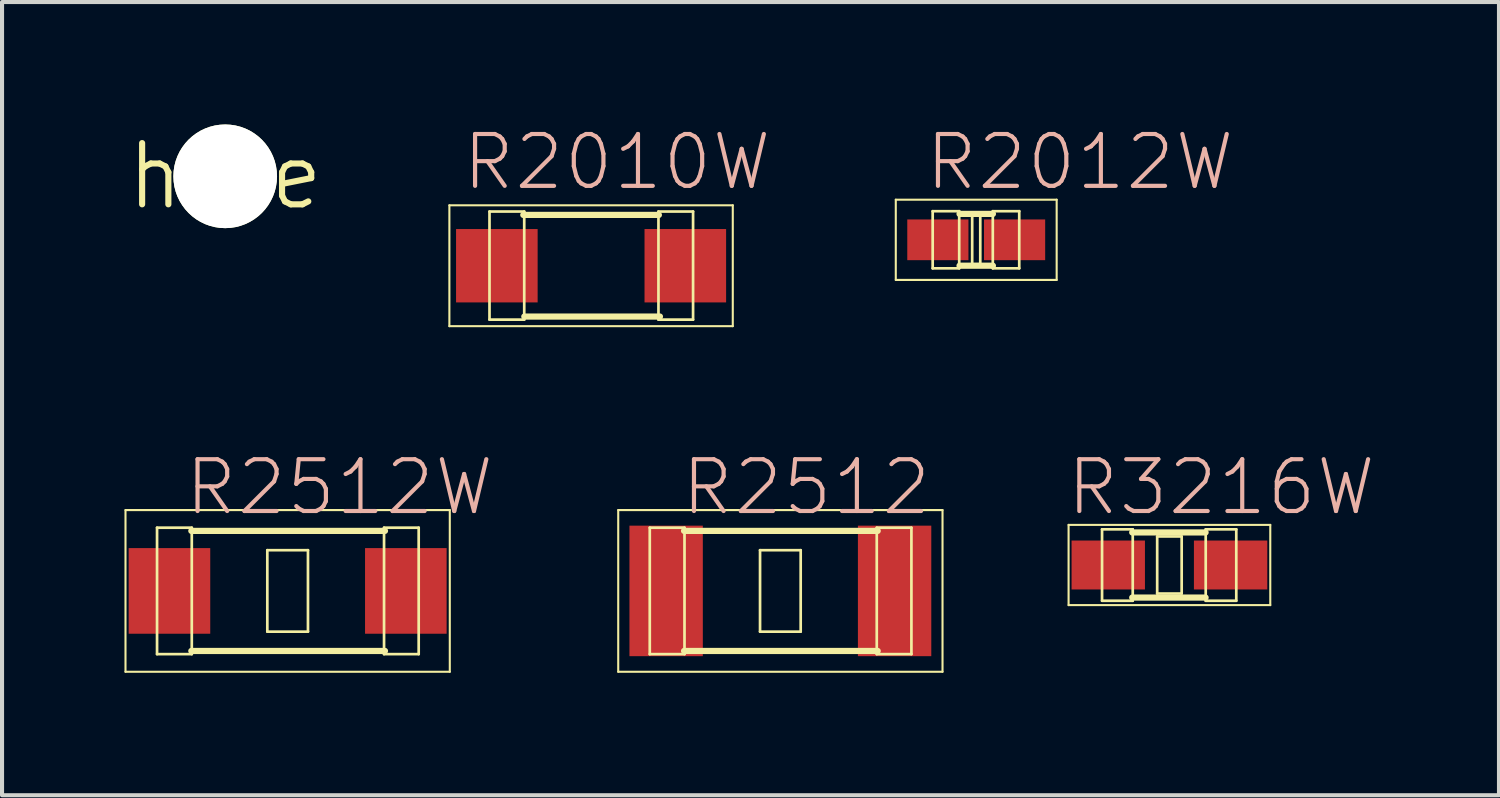
<source format=kicad_pcb>
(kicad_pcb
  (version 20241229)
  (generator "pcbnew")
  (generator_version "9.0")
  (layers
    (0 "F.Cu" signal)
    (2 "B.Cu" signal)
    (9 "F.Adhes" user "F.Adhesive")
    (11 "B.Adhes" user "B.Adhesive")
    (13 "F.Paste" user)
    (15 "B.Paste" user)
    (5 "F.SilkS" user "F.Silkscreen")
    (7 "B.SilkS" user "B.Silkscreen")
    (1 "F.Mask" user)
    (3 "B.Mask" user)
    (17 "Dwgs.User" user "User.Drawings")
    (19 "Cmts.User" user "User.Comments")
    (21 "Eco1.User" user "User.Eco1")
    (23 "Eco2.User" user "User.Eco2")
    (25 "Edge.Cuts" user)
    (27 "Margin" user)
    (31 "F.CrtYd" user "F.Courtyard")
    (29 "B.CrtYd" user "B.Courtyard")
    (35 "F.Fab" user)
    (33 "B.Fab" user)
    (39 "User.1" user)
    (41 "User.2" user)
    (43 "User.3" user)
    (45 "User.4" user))
  (footprint "R2012W"
    (layer "F.Cu")
    (at 20.87 2.826)
    (property "Reference" "R2012W" (at 2.54 -1.905 0) (layer "B.SilkS") (effects (font (size 1.27 1.27) (thickness 0.102))))
    (attr smd)
    (fp_line (start -1.971 -0.983) (end 1.971 -0.983) (stroke (width 0.051) (type solid)) (layer "F.SilkS"))
    (fp_line (start -1.971 0.983) (end -1.971 -0.983) (stroke (width 0.051) (type solid)) (layer "F.SilkS"))
    (fp_line (start -1.067 -0.701) (end -0.417 -0.701) (stroke (width 0.066) (type solid)) (layer "F.SilkS"))
    (fp_line (start -1.067 0.699) (end -1.067 -0.701) (stroke (width 0.066) (type solid)) (layer "F.SilkS"))
    (fp_line (start -1.067 0.699) (end -0.417 0.699) (stroke (width 0.066) (type solid)) (layer "F.SilkS"))
    (fp_line (start -0.417 0.699) (end -0.417 -0.701) (stroke (width 0.066) (type solid)) (layer "F.SilkS"))
    (fp_line (start -0.409 -0.635) (end 0.409 -0.635) (stroke (width 0.152) (type solid)) (layer "F.SilkS"))
    (fp_line (start -0.409 0.635) (end 0.409 0.635) (stroke (width 0.152) (type solid)) (layer "F.SilkS"))
    (fp_line (start -0.099 -0.599) (end 0.099 -0.599) (stroke (width 0.066) (type solid)) (layer "F.SilkS"))
    (fp_line (start -0.099 0.599) (end -0.099 -0.599) (stroke (width 0.066) (type solid)) (layer "F.SilkS"))
    (fp_line (start -0.099 0.599) (end 0.099 0.599) (stroke (width 0.066) (type solid)) (layer "F.SilkS"))
    (fp_line (start 0.099 0.599) (end 0.099 -0.599) (stroke (width 0.066) (type solid)) (layer "F.SilkS"))
    (fp_line (start 0.406 -0.701) (end 1.054 -0.701) (stroke (width 0.066) (type solid)) (layer "F.SilkS"))
    (fp_line (start 0.406 0.699) (end 0.406 -0.701) (stroke (width 0.066) (type solid)) (layer "F.SilkS"))
    (fp_line (start 0.406 0.699) (end 1.054 0.699) (stroke (width 0.066) (type solid)) (layer "F.SilkS"))
    (fp_line (start 1.054 0.699) (end 1.054 -0.701) (stroke (width 0.066) (type solid)) (layer "F.SilkS"))
    (fp_line (start 1.971 -0.983) (end 1.971 0.983) (stroke (width 0.051) (type solid)) (layer "F.SilkS"))
    (fp_line (start 1.971 0.983) (end -1.971 0.983) (stroke (width 0.051) (type solid)) (layer "F.SilkS"))
    (pad "1" smd rect (at -0.94 0) (size 1.499 0.998) (layers "F.Cu" "F.Mask" "F.Paste"))
    (pad "2" smd rect (at 0.94 0) (size 1.499 0.998) (layers "F.Cu" "F.Mask" "F.Paste")))
  (footprint "R2512W"
    (layer "F.Cu")
    (at 3.998 11.429)
    (property "Reference" "R2512W" (at 1.27 -2.54 0) (layer "B.SilkS") (effects (font (size 1.27 1.27) (thickness 0.102))))
    (attr smd)
    (fp_line (start -3.973 -1.981) (end 3.973 -1.981) (stroke (width 0.051) (type solid)) (layer "F.SilkS"))
    (fp_line (start -3.973 1.981) (end -3.973 -1.981) (stroke (width 0.051) (type solid)) (layer "F.SilkS"))
    (fp_line (start -3.2 -1.549) (end -2.349 -1.549) (stroke (width 0.066) (type solid)) (layer "F.SilkS"))
    (fp_line (start -3.2 1.549) (end -3.2 -1.549) (stroke (width 0.066) (type solid)) (layer "F.SilkS"))
    (fp_line (start -3.2 1.549) (end -2.349 1.549) (stroke (width 0.066) (type solid)) (layer "F.SilkS"))
    (fp_line (start -2.36 -1.471) (end 2.385 -1.471) (stroke (width 0.152) (type solid)) (layer "F.SilkS"))
    (fp_line (start -2.36 1.471) (end 2.385 1.471) (stroke (width 0.152) (type solid)) (layer "F.SilkS"))
    (fp_line (start -2.349 1.549) (end -2.349 -1.549) (stroke (width 0.066) (type solid)) (layer "F.SilkS"))
    (fp_line (start -0.498 -0.998) (end 0.498 -0.998) (stroke (width 0.066) (type solid)) (layer "F.SilkS"))
    (fp_line (start -0.498 0.998) (end -0.498 -0.998) (stroke (width 0.066) (type solid)) (layer "F.SilkS"))
    (fp_line (start -0.498 0.998) (end 0.498 0.998) (stroke (width 0.066) (type solid)) (layer "F.SilkS"))
    (fp_line (start 0.498 0.998) (end 0.498 -0.998) (stroke (width 0.066) (type solid)) (layer "F.SilkS"))
    (fp_line (start 2.362 -1.549) (end 3.211 -1.549) (stroke (width 0.066) (type solid)) (layer "F.SilkS"))
    (fp_line (start 2.362 1.549) (end 2.362 -1.549) (stroke (width 0.066) (type solid)) (layer "F.SilkS"))
    (fp_line (start 2.362 1.549) (end 3.211 1.549) (stroke (width 0.066) (type solid)) (layer "F.SilkS"))
    (fp_line (start 3.211 1.549) (end 3.211 -1.549) (stroke (width 0.066) (type solid)) (layer "F.SilkS"))
    (fp_line (start 3.973 -1.981) (end 3.973 1.981) (stroke (width 0.051) (type solid)) (layer "F.SilkS"))
    (fp_line (start 3.973 1.981) (end -3.973 1.981) (stroke (width 0.051) (type solid)) (layer "F.SilkS"))
    (pad "1" smd rect (at -2.896 0) (size 1.999 2.098) (layers "F.Cu" "F.Mask" "F.Paste"))
    (pad "2" smd rect (at 2.896 0) (size 1.999 2.098) (layers "F.Cu" "F.Mask" "F.Paste")))
  (footprint "R3216W"
    (layer "F.Cu")
    (at 25.604 10.794)
    (property "Reference" "R3216W" (at 1.27 -1.905 0) (layer "B.SilkS") (effects (font (size 1.27 1.27) (thickness 0.102))))
    (attr smd)
    (fp_line (start -2.471 -0.983) (end 2.471 -0.983) (stroke (width 0.051) (type solid)) (layer "F.SilkS"))
    (fp_line (start -2.471 0.983) (end -2.471 -0.983) (stroke (width 0.051) (type solid)) (layer "F.SilkS"))
    (fp_line (start -1.651 -0.874) (end -0.899 -0.874) (stroke (width 0.066) (type solid)) (layer "F.SilkS"))
    (fp_line (start -1.651 0.876) (end -1.651 -0.874) (stroke (width 0.066) (type solid)) (layer "F.SilkS"))
    (fp_line (start -1.651 0.876) (end -0.899 0.876) (stroke (width 0.066) (type solid)) (layer "F.SilkS"))
    (fp_line (start -0.912 -0.798) (end 0.886 -0.798) (stroke (width 0.152) (type solid)) (layer "F.SilkS"))
    (fp_line (start -0.912 0.798) (end 0.886 0.798) (stroke (width 0.152) (type solid)) (layer "F.SilkS"))
    (fp_line (start -0.899 0.876) (end -0.899 -0.874) (stroke (width 0.066) (type solid)) (layer "F.SilkS"))
    (fp_line (start -0.3 -0.699) (end 0.3 -0.699) (stroke (width 0.066) (type solid)) (layer "F.SilkS"))
    (fp_line (start -0.3 0.699) (end -0.3 -0.699) (stroke (width 0.066) (type solid)) (layer "F.SilkS"))
    (fp_line (start -0.3 0.699) (end 0.3 0.699) (stroke (width 0.066) (type solid)) (layer "F.SilkS"))
    (fp_line (start 0.3 0.699) (end 0.3 -0.699) (stroke (width 0.066) (type solid)) (layer "F.SilkS"))
    (fp_line (start 0.889 -0.874) (end 1.638 -0.874) (stroke (width 0.066) (type solid)) (layer "F.SilkS"))
    (fp_line (start 0.889 0.876) (end 0.889 -0.874) (stroke (width 0.066) (type solid)) (layer "F.SilkS"))
    (fp_line (start 0.889 0.876) (end 1.638 0.876) (stroke (width 0.066) (type solid)) (layer "F.SilkS"))
    (fp_line (start 1.638 0.876) (end 1.638 -0.874) (stroke (width 0.066) (type solid)) (layer "F.SilkS"))
    (fp_line (start 2.471 -0.983) (end 2.471 0.983) (stroke (width 0.051) (type solid)) (layer "F.SilkS"))
    (fp_line (start 2.471 0.983) (end -2.471 0.983) (stroke (width 0.051) (type solid)) (layer "F.SilkS"))
    (pad "1" smd rect (at -1.499 0) (size 1.798 1.199) (layers "F.Cu" "F.Mask" "F.Paste"))
    (pad "2" smd rect (at 1.499 0) (size 1.798 1.199) (layers "F.Cu" "F.Mask" "F.Paste")))
  (footprint "hole"
    (layer "F.Cu")
    (at 2.468 1.27)
    (property "Reference" "hole" (at 0 0 0) (layer "F.SilkS") (effects (font (size 1.5 1.5) (thickness 0.15))))
    (attr through_hole)
    (pad "" np_thru_hole circle (at 0 0) (size 2.54 2.54) (drill 2.54) (layers "*.Cu" "*.Mask" "F.SilkS")))
  (footprint "R2010W"
    (layer "F.Cu")
    (at 11.433 3.461)
    (property "Reference" "R2010W" (at 0.635 -2.54 0) (layer "B.SilkS") (effects (font (size 1.27 1.27) (thickness 0.102))))
    (attr smd)
    (fp_line (start -3.472 -1.481) (end 3.472 -1.481) (stroke (width 0.051) (type solid)) (layer "F.SilkS"))
    (fp_line (start -3.472 1.481) (end -3.472 -1.481) (stroke (width 0.051) (type solid)) (layer "F.SilkS"))
    (fp_line (start -2.489 -1.328) (end -1.638 -1.328) (stroke (width 0.066) (type solid)) (layer "F.SilkS"))
    (fp_line (start -2.489 1.321) (end -2.489 -1.328) (stroke (width 0.066) (type solid)) (layer "F.SilkS"))
    (fp_line (start -2.489 1.321) (end -1.638 1.321) (stroke (width 0.066) (type solid)) (layer "F.SilkS"))
    (fp_line (start -1.661 -1.245) (end 1.661 -1.245) (stroke (width 0.152) (type solid)) (layer "F.SilkS"))
    (fp_line (start -1.638 1.321) (end -1.638 -1.328) (stroke (width 0.066) (type solid)) (layer "F.SilkS"))
    (fp_line (start -1.636 1.245) (end 1.687 1.245) (stroke (width 0.152) (type solid)) (layer "F.SilkS"))
    (fp_line (start 1.651 -1.328) (end 2.499 -1.328) (stroke (width 0.066) (type solid)) (layer "F.SilkS"))
    (fp_line (start 1.651 1.321) (end 1.651 -1.328) (stroke (width 0.066) (type solid)) (layer "F.SilkS"))
    (fp_line (start 1.651 1.321) (end 2.499 1.321) (stroke (width 0.066) (type solid)) (layer "F.SilkS"))
    (fp_line (start 2.499 1.321) (end 2.499 -1.328) (stroke (width 0.066) (type solid)) (layer "F.SilkS"))
    (fp_line (start 3.472 -1.481) (end 3.472 1.481) (stroke (width 0.051) (type solid)) (layer "F.SilkS"))
    (fp_line (start 3.472 1.481) (end -3.472 1.481) (stroke (width 0.051) (type solid)) (layer "F.SilkS"))
    (pad "1" smd rect (at -2.309 0) (size 1.999 1.798) (layers "F.Cu" "F.Mask" "F.Paste"))
    (pad "2" smd rect (at 2.309 0) (size 1.999 1.798) (layers "F.Cu" "F.Mask" "F.Paste")))
  (footprint "R2512"
    (layer "F.Cu")
    (at 16.071 11.429)
    (property "Reference" "R2512" (at 0.635 -2.54 0) (layer "B.SilkS") (effects (font (size 1.27 1.27) (thickness 0.102))))
    (attr smd)
    (fp_line (start -3.973 -1.981) (end 3.973 -1.981) (stroke (width 0.051) (type solid)) (layer "F.SilkS"))
    (fp_line (start -3.973 1.981) (end -3.973 -1.981) (stroke (width 0.051) (type solid)) (layer "F.SilkS"))
    (fp_line (start -3.2 -1.549) (end -2.349 -1.549) (stroke (width 0.066) (type solid)) (layer "F.SilkS"))
    (fp_line (start -3.2 1.549) (end -3.2 -1.549) (stroke (width 0.066) (type solid)) (layer "F.SilkS"))
    (fp_line (start -3.2 1.549) (end -2.349 1.549) (stroke (width 0.066) (type solid)) (layer "F.SilkS"))
    (fp_line (start -2.36 -1.471) (end 2.385 -1.471) (stroke (width 0.152) (type solid)) (layer "F.SilkS"))
    (fp_line (start -2.36 1.471) (end 2.385 1.471) (stroke (width 0.152) (type solid)) (layer "F.SilkS"))
    (fp_line (start -2.349 1.549) (end -2.349 -1.549) (stroke (width 0.066) (type solid)) (layer "F.SilkS"))
    (fp_line (start -0.498 -0.998) (end 0.498 -0.998) (stroke (width 0.066) (type solid)) (layer "F.SilkS"))
    (fp_line (start -0.498 0.998) (end -0.498 -0.998) (stroke (width 0.066) (type solid)) (layer "F.SilkS"))
    (fp_line (start -0.498 0.998) (end 0.498 0.998) (stroke (width 0.066) (type solid)) (layer "F.SilkS"))
    (fp_line (start 0.498 0.998) (end 0.498 -0.998) (stroke (width 0.066) (type solid)) (layer "F.SilkS"))
    (fp_line (start 2.362 -1.549) (end 3.211 -1.549) (stroke (width 0.066) (type solid)) (layer "F.SilkS"))
    (fp_line (start 2.362 1.549) (end 2.362 -1.549) (stroke (width 0.066) (type solid)) (layer "F.SilkS"))
    (fp_line (start 2.362 1.549) (end 3.211 1.549) (stroke (width 0.066) (type solid)) (layer "F.SilkS"))
    (fp_line (start 3.211 1.549) (end 3.211 -1.549) (stroke (width 0.066) (type solid)) (layer "F.SilkS"))
    (fp_line (start 3.973 -1.981) (end 3.973 1.981) (stroke (width 0.051) (type solid)) (layer "F.SilkS"))
    (fp_line (start 3.973 1.981) (end -3.973 1.981) (stroke (width 0.051) (type solid)) (layer "F.SilkS"))
    (pad "1" smd rect (at -2.799 0) (size 1.798 3.198) (layers "F.Cu" "F.Mask" "F.Paste"))
    (pad "2" smd rect (at 2.799 0) (size 1.798 3.198) (layers "F.Cu" "F.Mask" "F.Paste")))
  (gr_rect
    (start -3 -3)
    (end 33.679 16.435)
    (stroke (width 0.1) (type default))
    (fill no)
    (layer "Edge.Cuts")))
</source>
